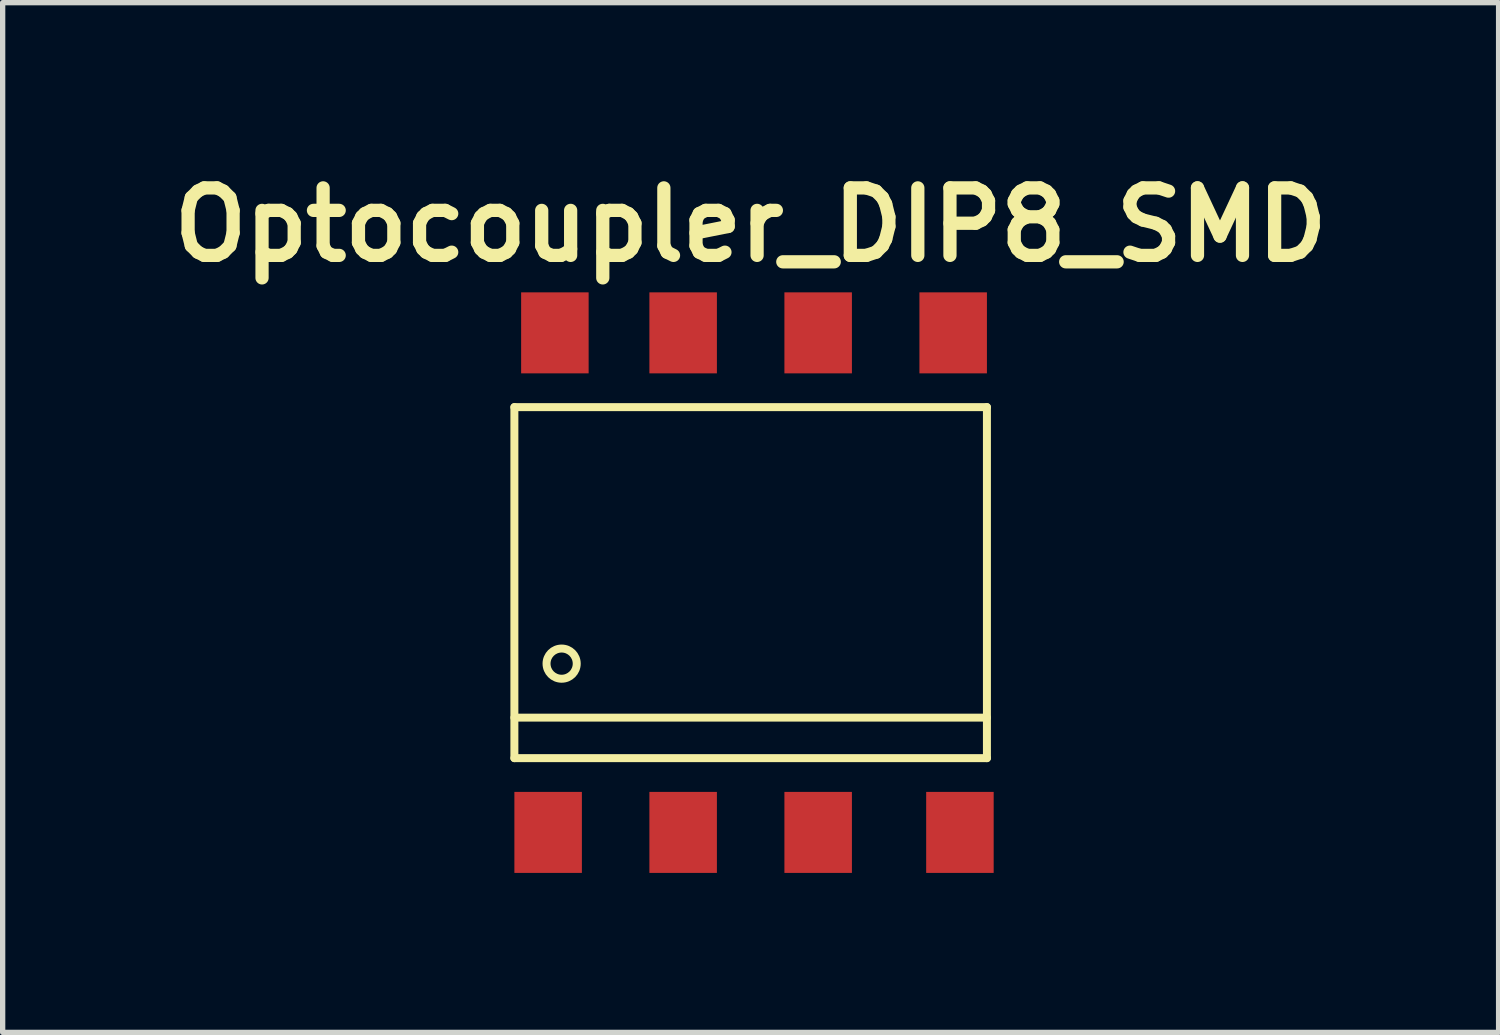
<source format=kicad_pcb>
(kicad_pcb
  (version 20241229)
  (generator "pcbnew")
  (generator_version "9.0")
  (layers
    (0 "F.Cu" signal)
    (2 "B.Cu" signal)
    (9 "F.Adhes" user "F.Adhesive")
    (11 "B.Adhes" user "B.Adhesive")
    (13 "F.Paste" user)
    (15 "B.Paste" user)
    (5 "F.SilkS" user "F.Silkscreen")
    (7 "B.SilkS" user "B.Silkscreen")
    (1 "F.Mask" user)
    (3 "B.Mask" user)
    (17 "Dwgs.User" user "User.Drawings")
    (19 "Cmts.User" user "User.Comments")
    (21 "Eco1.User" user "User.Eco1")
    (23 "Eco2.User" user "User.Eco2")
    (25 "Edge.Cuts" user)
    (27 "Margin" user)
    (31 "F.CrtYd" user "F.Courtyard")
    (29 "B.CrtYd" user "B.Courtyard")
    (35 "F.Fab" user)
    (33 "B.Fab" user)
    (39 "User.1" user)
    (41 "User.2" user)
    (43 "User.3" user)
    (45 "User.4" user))
  (footprint "Optocoupler_DIP8_SMD"
    (layer "F.Cu")
    (at 11.072 7.911)
    (property "Reference" "Optocoupler_DIP8_SMD" (at 0 -6.731 0) (layer "F.SilkS") (effects (font (size 1.27 1.27) (thickness 0.249))))
    (attr through_hole)
    (fp_line (start -4.445 -3.302) (end 4.445 -3.302) (stroke (width 0.15) (type solid)) (layer "F.SilkS"))
    (fp_line (start -4.445 2.54) (end 4.445 2.54) (stroke (width 0.15) (type solid)) (layer "F.SilkS"))
    (fp_line (start -4.445 3.302) (end -4.445 -3.302) (stroke (width 0.15) (type solid)) (layer "F.SilkS"))
    (fp_line (start 4.445 -3.302) (end 4.445 3.302) (stroke (width 0.15) (type solid)) (layer "F.SilkS"))
    (fp_line (start 4.445 3.302) (end -4.445 3.302) (stroke (width 0.15) (type solid)) (layer "F.SilkS"))
    (fp_circle (center -3.556 1.524) (end -3.302 1.397) (stroke (width 0.15) (type solid)) (fill no) (layer "F.SilkS"))
    (pad "1" smd rect (at -3.81 4.699) (size 1.27 1.524) (layers "F.Cu" "F.Mask" "F.Paste"))
    (pad "2" smd rect (at -1.27 4.699) (size 1.27 1.524) (layers "F.Cu" "F.Mask" "F.Paste"))
    (pad "3" smd rect (at 1.27 4.699) (size 1.27 1.524) (layers "F.Cu" "F.Mask" "F.Paste"))
    (pad "4" smd rect (at 3.937 4.699) (size 1.27 1.524) (layers "F.Cu" "F.Mask" "F.Paste"))
    (pad "5" smd rect (at 3.81 -4.699) (size 1.27 1.524) (layers "F.Cu" "F.Mask" "F.Paste"))
    (pad "6" smd rect (at 1.27 -4.699) (size 1.27 1.524) (layers "F.Cu" "F.Mask" "F.Paste"))
    (pad "7" smd rect (at -1.27 -4.699) (size 1.27 1.524) (layers "F.Cu" "F.Mask" "F.Paste"))
    (pad "8" smd rect (at -3.683 -4.699) (size 1.27 1.524) (layers "F.Cu" "F.Mask" "F.Paste")))
  (gr_rect
    (start -3 -3)
    (end 25.143 16.372)
    (stroke (width 0.1) (type default))
    (fill no)
    (layer "Edge.Cuts")))
</source>
